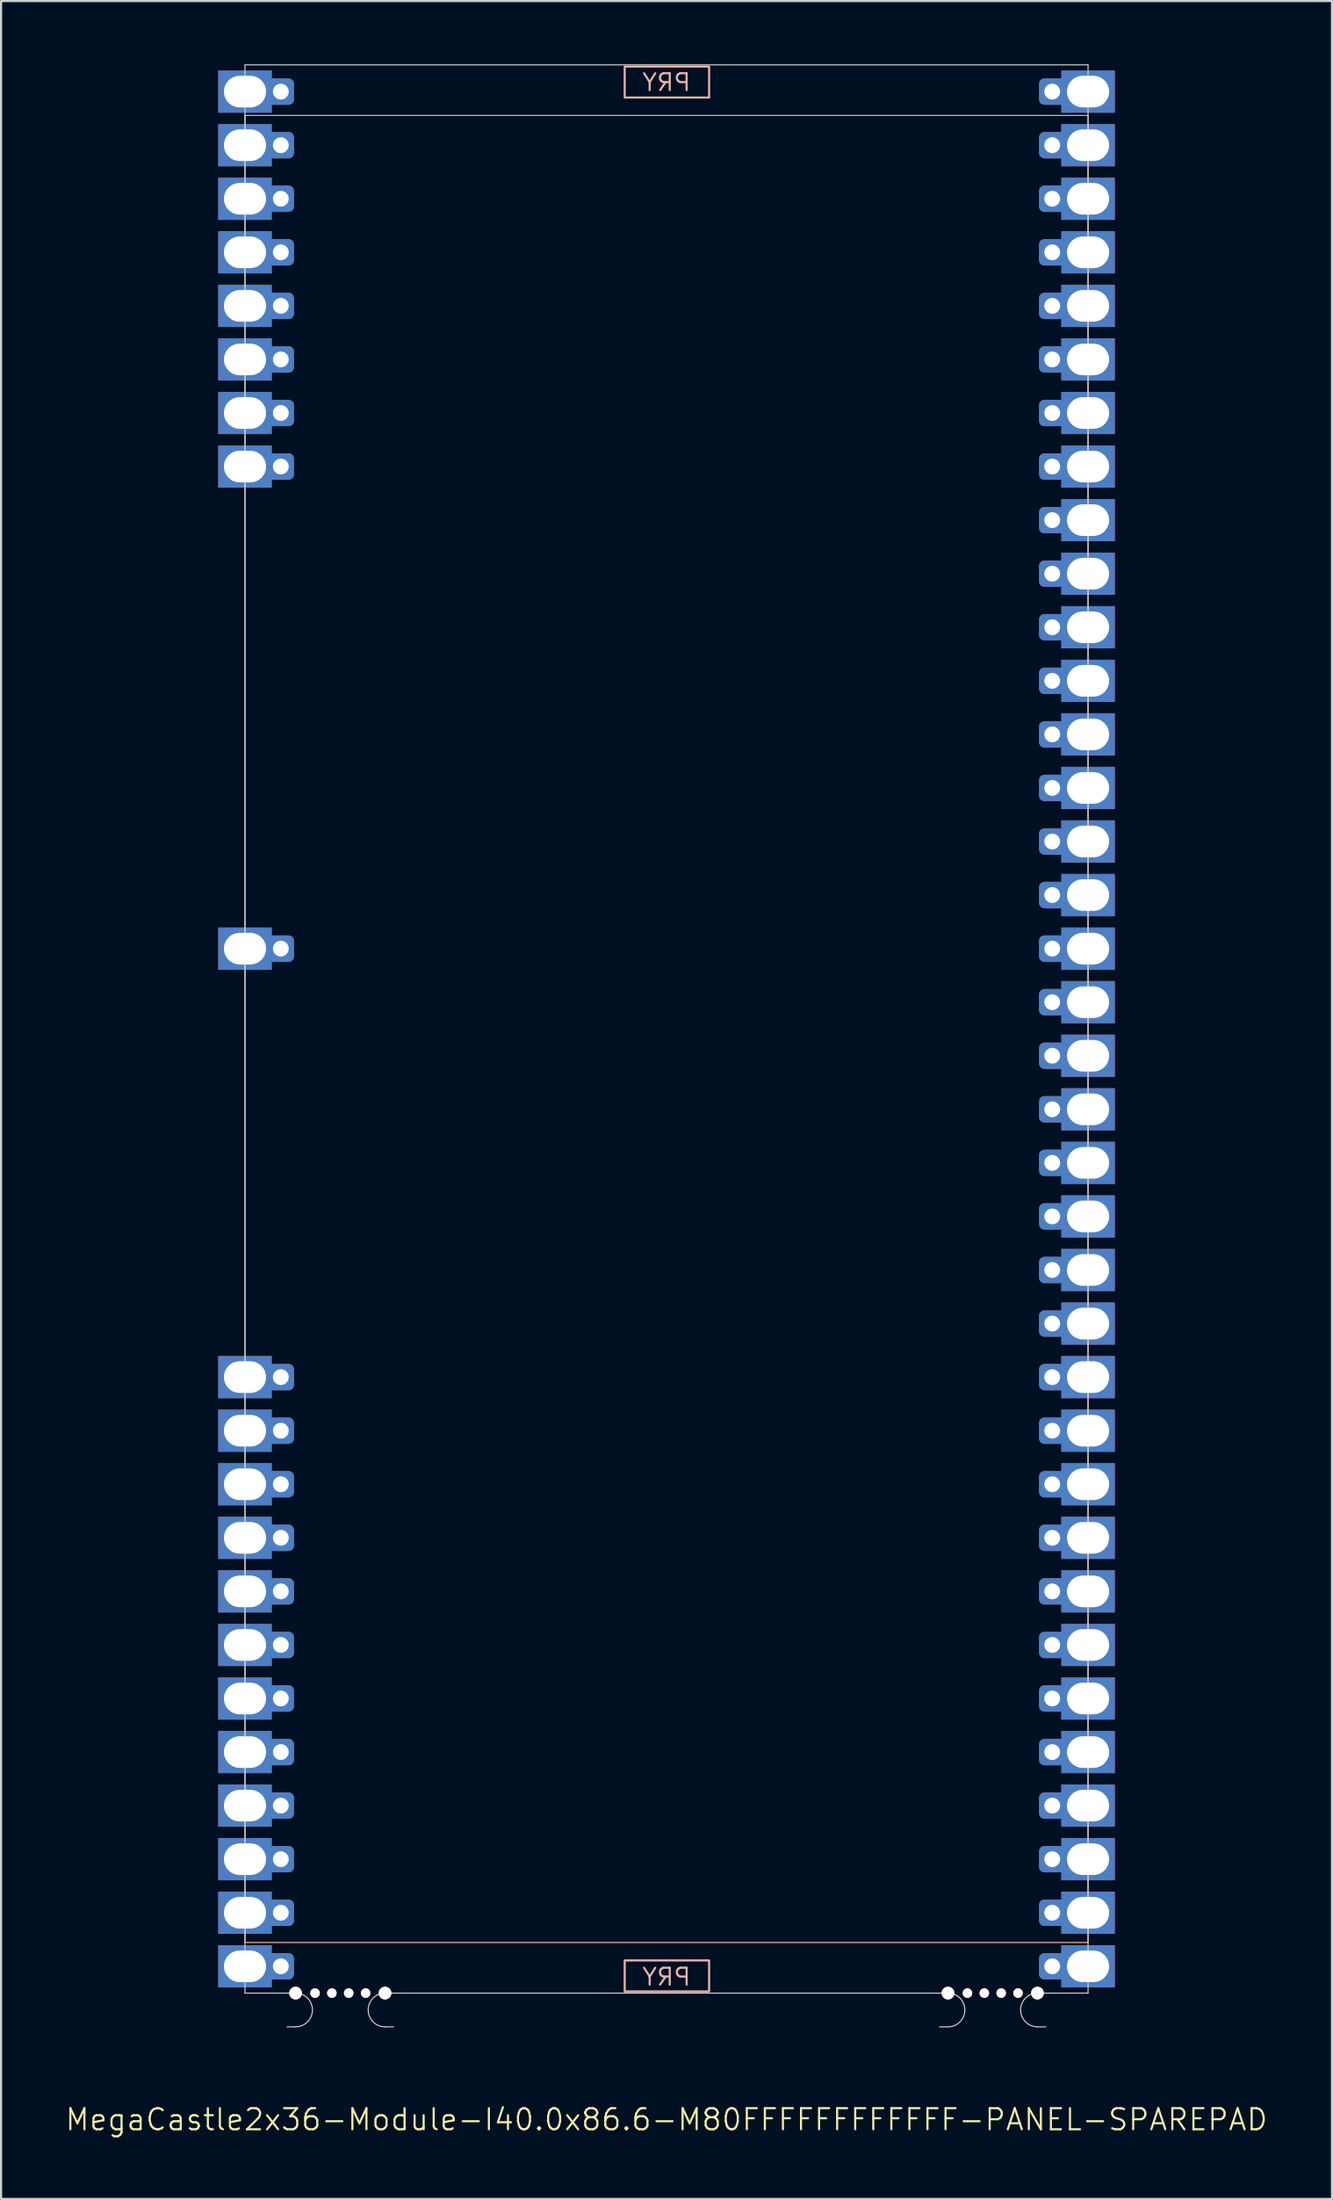
<source format=kicad_pcb>
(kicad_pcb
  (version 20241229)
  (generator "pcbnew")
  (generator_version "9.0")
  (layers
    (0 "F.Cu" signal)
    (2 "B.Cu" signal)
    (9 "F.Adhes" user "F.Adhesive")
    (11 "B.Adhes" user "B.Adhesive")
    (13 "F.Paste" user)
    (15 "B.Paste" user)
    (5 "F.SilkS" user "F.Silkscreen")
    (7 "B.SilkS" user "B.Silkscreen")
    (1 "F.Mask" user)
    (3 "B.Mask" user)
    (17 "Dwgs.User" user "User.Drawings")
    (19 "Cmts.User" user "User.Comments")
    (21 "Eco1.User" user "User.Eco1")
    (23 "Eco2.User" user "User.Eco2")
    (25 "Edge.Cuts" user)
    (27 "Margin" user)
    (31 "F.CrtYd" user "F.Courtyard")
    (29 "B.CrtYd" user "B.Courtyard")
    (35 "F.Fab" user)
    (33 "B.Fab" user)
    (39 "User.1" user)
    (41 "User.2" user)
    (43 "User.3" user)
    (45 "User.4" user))
  (footprint "MegaCastle2x36-Module-I40.0x86.6-M80FFFFFFFFFFFF-PANEL-SPAREPAD"
    (layer "F.Cu")
    (at 28.574 45.745)
    (property "Reference" "MegaCastle2x36-Module-I40.0x86.6-M80FFFFFFFFFFFF-PANEL-SPAREPAD" (at 0 51.72 0) (unlocked yes) (layer "F.SilkS") (effects (font (size 1 1) (thickness 0.1))))
    (attr smd)
    (fp_rect (start -20 43.32) (end 20 -43.32) (stroke (width 0.05) (type default)) (fill no) (layer "B.SilkS"))
    (fp_rect (start -1.984 -44.171) (end 2.02 -45.64) (stroke (width 0.1) (type default)) (fill no) (layer "B.SilkS"))
    (fp_rect (start -1.984 44.171) (end 2.02 45.64) (stroke (width 0.1) (type default)) (fill no) (layer "B.SilkS"))
    (fp_line (start -20 -45.72) (end -20 45.72) (stroke (width 0.05) (type default)) (layer "Edge.Cuts"))
    (fp_line (start -20 -45.72) (end 20 -45.72) (stroke (width 0.05) (type default)) (layer "Edge.Cuts"))
    (fp_line (start -20 45.72) (end -18 45.72) (stroke (width 0.05) (type default)) (layer "Edge.Cuts"))
    (fp_line (start -18 45.72) (end -17.6 45.72) (stroke (width 0.05) (type default)) (layer "Edge.Cuts"))
    (fp_line (start -18 47.32) (end -17.6 47.32) (stroke (width 0.05) (type default)) (layer "Edge.Cuts"))
    (fp_line (start -12.955 45.72) (end -13.355 45.72) (stroke (width 0.05) (type default)) (layer "Edge.Cuts"))
    (fp_line (start -12.955 45.72) (end 12.955 45.72) (stroke (width 0.05) (type default)) (layer "Edge.Cuts"))
    (fp_line (start -12.955 47.32) (end -13.355 47.32) (stroke (width 0.05) (type default)) (layer "Edge.Cuts"))
    (fp_line (start 12.955 45.72) (end 13.355 45.72) (stroke (width 0.05) (type default)) (layer "Edge.Cuts"))
    (fp_line (start 12.955 47.32) (end 13.355 47.32) (stroke (width 0.05) (type default)) (layer "Edge.Cuts"))
    (fp_line (start 18 45.72) (end 17.6 45.72) (stroke (width 0.05) (type default)) (layer "Edge.Cuts"))
    (fp_line (start 18 45.72) (end 20 45.72) (stroke (width 0.05) (type default)) (layer "Edge.Cuts"))
    (fp_line (start 18 47.32) (end 17.6 47.32) (stroke (width 0.05) (type default)) (layer "Edge.Cuts"))
    (fp_line (start 20 -45.72) (end 20 45.72) (stroke (width 0.05) (type default)) (layer "Edge.Cuts"))
    (fp_arc (start -17.6 45.720001) (mid -16.799999 46.52) (end -17.6 47.32) (stroke (width 0.05) (type default)) (layer "Edge.Cuts"))
    (fp_arc (start -13.355 47.32) (mid -14.154999 46.520001) (end -13.355 45.720001) (stroke (width 0.05) (type default)) (layer "Edge.Cuts"))
    (fp_arc (start 13.355001 45.720001) (mid 14.155002 46.52) (end 13.355001 47.32) (stroke (width 0.05) (type default)) (layer "Edge.Cuts"))
    (fp_arc (start 17.600002 47.32) (mid 16.8 46.52) (end 17.600002 45.720001) (stroke (width 0.05) (type default)) (layer "Edge.Cuts"))
    (fp_text user "PRY" (at 0 45.42 0) (unlocked yes) (layer "B.SilkS") (effects (font (size 0.8 0.8) (thickness 0.1)) (justify bottom mirror)))
    (fp_text user "PRY" (at 0 -44.42 0) (unlocked yes) (layer "B.SilkS") (effects (font (size 0.8 0.8) (thickness 0.1)) (justify bottom mirror)))
    (pad "" np_thru_hole circle (at -17.6 45.72) (size 0.6 0.6) (drill 0.6) (layers "*.Cu" "Edge.Cuts"))
    (pad "" np_thru_hole circle (at -16.677 45.72) (size 0.45 0.45) (drill 0.45) (layers "*.Cu" "Edge.Cuts"))
    (pad "" np_thru_hole circle (at -15.878 45.72) (size 0.45 0.45) (drill 0.45) (layers "*.Cu" "Edge.Cuts"))
    (pad "" np_thru_hole circle (at -15.078 45.72) (size 0.45 0.45) (drill 0.45) (layers "*.Cu" "Edge.Cuts"))
    (pad "" np_thru_hole circle (at -14.277 45.72) (size 0.45 0.45) (drill 0.45) (layers "*.Cu" "Edge.Cuts"))
    (pad "" np_thru_hole circle (at -13.355 45.72) (size 0.6 0.6) (drill 0.6) (layers "*.Cu" "Edge.Cuts"))
    (pad "" np_thru_hole circle (at 13.355 45.72) (size 0.6 0.6) (drill 0.6) (layers "*.Cu" "Edge.Cuts"))
    (pad "" np_thru_hole circle (at 14.278 45.72) (size 0.45 0.45) (drill 0.45) (layers "*.Cu" "Edge.Cuts"))
    (pad "" np_thru_hole circle (at 15.078 45.72) (size 0.45 0.45) (drill 0.45) (layers "*.Cu" "Edge.Cuts"))
    (pad "" np_thru_hole circle (at 15.878 45.72) (size 0.45 0.45) (drill 0.45) (layers "*.Cu" "Edge.Cuts"))
    (pad "" np_thru_hole circle (at 16.678 45.72) (size 0.45 0.45) (drill 0.45) (layers "*.Cu" "Edge.Cuts"))
    (pad "" np_thru_hole circle (at 17.6 45.72) (size 0.6 0.6) (drill 0.6) (layers "*.Cu" "Edge.Cuts"))
    (pad "1" thru_hole rect (at -20 -44.45) (size 2.54 2) (drill oval 2 1.5) (property pad_prop_castellated) (layers "*.Cu" "*.Mask"))
    (pad "1" thru_hole roundrect (at -18.3 -44.45 180) (size 1.25 1.25) (drill 0.75) (layers "*.Cu" "*.Mask") (roundrect_rratio 0.2))
    (pad "2" thru_hole rect (at -20 -41.91) (size 2.54 2) (drill oval 2 1.5) (property pad_prop_castellated) (layers "*.Cu" "*.Mask"))
    (pad "2" thru_hole roundrect (at -18.3 -41.91 180) (size 1.25 1.25) (drill 0.75) (layers "*.Cu" "*.Mask") (roundrect_rratio 0.2))
    (pad "3" thru_hole rect (at -20 -39.37) (size 2.54 2) (drill oval 2 1.5) (property pad_prop_castellated) (layers "*.Cu" "*.Mask"))
    (pad "3" thru_hole roundrect (at -18.3 -39.37 180) (size 1.25 1.25) (drill 0.75) (layers "*.Cu" "*.Mask") (roundrect_rratio 0.2))
    (pad "4" thru_hole rect (at -20 -36.83) (size 2.54 2) (drill oval 2 1.5) (property pad_prop_castellated) (layers "*.Cu" "*.Mask"))
    (pad "4" thru_hole roundrect (at -18.3 -36.83 180) (size 1.25 1.25) (drill 0.75) (layers "*.Cu" "*.Mask") (roundrect_rratio 0.2))
    (pad "5" thru_hole rect (at -20 -34.29) (size 2.54 2) (drill oval 2 1.5) (property pad_prop_castellated) (layers "*.Cu" "*.Mask"))
    (pad "5" thru_hole roundrect (at -18.3 -34.29 180) (size 1.25 1.25) (drill 0.75) (layers "*.Cu" "*.Mask") (roundrect_rratio 0.2))
    (pad "6" thru_hole rect (at -20 -31.75) (size 2.54 2) (drill oval 2 1.5) (property pad_prop_castellated) (layers "*.Cu" "*.Mask"))
    (pad "6" thru_hole roundrect (at -18.3 -31.75 180) (size 1.25 1.25) (drill 0.75) (layers "*.Cu" "*.Mask") (roundrect_rratio 0.2))
    (pad "7" thru_hole rect (at -20 -29.21) (size 2.54 2) (drill oval 2 1.5) (property pad_prop_castellated) (layers "*.Cu" "*.Mask"))
    (pad "7" thru_hole roundrect (at -18.3 -29.21 180) (size 1.25 1.25) (drill 0.75) (layers "*.Cu" "*.Mask") (roundrect_rratio 0.2))
    (pad "8" thru_hole rect (at -20 -26.67) (size 2.54 2) (drill oval 2 1.5) (property pad_prop_castellated) (layers "*.Cu" "*.Mask"))
    (pad "8" thru_hole roundrect (at -18.3 -26.67 180) (size 1.25 1.25) (drill 0.75) (layers "*.Cu" "*.Mask") (roundrect_rratio 0.2))
    (pad "17" thru_hole rect (at -20 -3.81) (size 2.54 2) (drill oval 2 1.5) (property pad_prop_castellated) (layers "*.Cu" "*.Mask"))
    (pad "17" thru_hole roundrect (at -18.3 -3.81 180) (size 1.25 1.25) (drill 0.75) (layers "*.Cu" "*.Mask") (roundrect_rratio 0.2))
    (pad "25" thru_hole rect (at -20 16.51) (size 2.54 2) (drill oval 2 1.5) (property pad_prop_castellated) (layers "*.Cu" "*.Mask"))
    (pad "25" thru_hole roundrect (at -18.3 16.51 180) (size 1.25 1.25) (drill 0.75) (layers "*.Cu" "*.Mask") (roundrect_rratio 0.2))
    (pad "26" thru_hole rect (at -20 19.05) (size 2.54 2) (drill oval 2 1.5) (property pad_prop_castellated) (layers "*.Cu" "*.Mask"))
    (pad "26" thru_hole roundrect (at -18.3 19.05 180) (size 1.25 1.25) (drill 0.75) (layers "*.Cu" "*.Mask") (roundrect_rratio 0.2))
    (pad "27" thru_hole rect (at -20 21.59) (size 2.54 2) (drill oval 2 1.5) (property pad_prop_castellated) (layers "*.Cu" "*.Mask"))
    (pad "27" thru_hole roundrect (at -18.3 21.59 180) (size 1.25 1.25) (drill 0.75) (layers "*.Cu" "*.Mask") (roundrect_rratio 0.2))
    (pad "28" thru_hole rect (at -20 24.13) (size 2.54 2) (drill oval 2 1.5) (property pad_prop_castellated) (layers "*.Cu" "*.Mask"))
    (pad "28" thru_hole roundrect (at -18.3 24.13 180) (size 1.25 1.25) (drill 0.75) (layers "*.Cu" "*.Mask") (roundrect_rratio 0.2))
    (pad "29" thru_hole rect (at -20 26.67) (size 2.54 2) (drill oval 2 1.5) (property pad_prop_castellated) (layers "*.Cu" "*.Mask"))
    (pad "29" thru_hole roundrect (at -18.3 26.67 180) (size 1.25 1.25) (drill 0.75) (layers "*.Cu" "*.Mask") (roundrect_rratio 0.2))
    (pad "30" thru_hole rect (at -20 29.21) (size 2.54 2) (drill oval 2 1.5) (property pad_prop_castellated) (layers "*.Cu" "*.Mask"))
    (pad "30" thru_hole roundrect (at -18.3 29.21 180) (size 1.25 1.25) (drill 0.75) (layers "*.Cu" "*.Mask") (roundrect_rratio 0.2))
    (pad "31" thru_hole rect (at -20 31.75) (size 2.54 2) (drill oval 2 1.5) (property pad_prop_castellated) (layers "*.Cu" "*.Mask"))
    (pad "31" thru_hole roundrect (at -18.3 31.75 180) (size 1.25 1.25) (drill 0.75) (layers "*.Cu" "*.Mask") (roundrect_rratio 0.2))
    (pad "32" thru_hole rect (at -20 34.29) (size 2.54 2) (drill oval 2 1.5) (property pad_prop_castellated) (layers "*.Cu" "*.Mask"))
    (pad "32" thru_hole roundrect (at -18.3 34.29 180) (size 1.25 1.25) (drill 0.75) (layers "*.Cu" "*.Mask") (roundrect_rratio 0.2))
    (pad "33" thru_hole rect (at -20 36.83) (size 2.54 2) (drill oval 2 1.5) (property pad_prop_castellated) (layers "*.Cu" "*.Mask"))
    (pad "33" thru_hole roundrect (at -18.3 36.83 180) (size 1.25 1.25) (drill 0.75) (layers "*.Cu" "*.Mask") (roundrect_rratio 0.2))
    (pad "34" thru_hole rect (at -20 39.37) (size 2.54 2) (drill oval 2 1.5) (property pad_prop_castellated) (layers "*.Cu" "*.Mask"))
    (pad "34" thru_hole roundrect (at -18.3 39.37 180) (size 1.25 1.25) (drill 0.75) (layers "*.Cu" "*.Mask") (roundrect_rratio 0.2))
    (pad "35" thru_hole rect (at -20 41.91) (size 2.54 2) (drill oval 2 1.5) (property pad_prop_castellated) (layers "*.Cu" "*.Mask"))
    (pad "35" thru_hole roundrect (at -18.3 41.91 180) (size 1.25 1.25) (drill 0.75) (layers "*.Cu" "*.Mask") (roundrect_rratio 0.2))
    (pad "36" thru_hole rect (at -20 44.45) (size 2.54 2) (drill oval 2 1.5) (property pad_prop_castellated) (layers "*.Cu" "*.Mask"))
    (pad "36" thru_hole roundrect (at -18.3 44.45 180) (size 1.25 1.25) (drill 0.75) (layers "*.Cu" "*.Mask") (roundrect_rratio 0.2))
    (pad "37" thru_hole roundrect (at 18.3 -44.45 180) (size 1.25 1.25) (drill 0.75) (layers "*.Cu" "*.Mask") (roundrect_rratio 0.2))
    (pad "37" thru_hole rect (at 20 -44.45) (size 2.54 2) (drill oval 2 1.5) (property pad_prop_castellated) (layers "*.Cu" "*.Mask"))
    (pad "38" thru_hole roundrect (at 18.3 -41.91 180) (size 1.25 1.25) (drill 0.75) (layers "*.Cu" "*.Mask") (roundrect_rratio 0.2))
    (pad "38" thru_hole rect (at 20 -41.91) (size 2.54 2) (drill oval 2 1.5) (property pad_prop_castellated) (layers "*.Cu" "*.Mask"))
    (pad "39" thru_hole roundrect (at 18.3 -39.37 180) (size 1.25 1.25) (drill 0.75) (layers "*.Cu" "*.Mask") (roundrect_rratio 0.2))
    (pad "39" thru_hole rect (at 20 -39.37) (size 2.54 2) (drill oval 2 1.5) (property pad_prop_castellated) (layers "*.Cu" "*.Mask"))
    (pad "40" thru_hole roundrect (at 18.3 -36.83 180) (size 1.25 1.25) (drill 0.75) (layers "*.Cu" "*.Mask") (roundrect_rratio 0.2))
    (pad "40" thru_hole rect (at 20 -36.83) (size 2.54 2) (drill oval 2 1.5) (property pad_prop_castellated) (layers "*.Cu" "*.Mask"))
    (pad "41" thru_hole roundrect (at 18.3 -34.29 180) (size 1.25 1.25) (drill 0.75) (layers "*.Cu" "*.Mask") (roundrect_rratio 0.2))
    (pad "41" thru_hole rect (at 20 -34.29) (size 2.54 2) (drill oval 2 1.5) (property pad_prop_castellated) (layers "*.Cu" "*.Mask"))
    (pad "42" thru_hole roundrect (at 18.3 -31.75 180) (size 1.25 1.25) (drill 0.75) (layers "*.Cu" "*.Mask") (roundrect_rratio 0.2))
    (pad "42" thru_hole rect (at 20 -31.75) (size 2.54 2) (drill oval 2 1.5) (property pad_prop_castellated) (layers "*.Cu" "*.Mask"))
    (pad "43" thru_hole roundrect (at 18.3 -29.21 180) (size 1.25 1.25) (drill 0.75) (layers "*.Cu" "*.Mask") (roundrect_rratio 0.2))
    (pad "43" thru_hole rect (at 20 -29.21) (size 2.54 2) (drill oval 2 1.5) (property pad_prop_castellated) (layers "*.Cu" "*.Mask"))
    (pad "44" thru_hole roundrect (at 18.3 -26.67 180) (size 1.25 1.25) (drill 0.75) (layers "*.Cu" "*.Mask") (roundrect_rratio 0.2))
    (pad "44" thru_hole rect (at 20 -26.67) (size 2.54 2) (drill oval 2 1.5) (property pad_prop_castellated) (layers "*.Cu" "*.Mask"))
    (pad "45" thru_hole roundrect (at 18.3 -24.13 180) (size 1.25 1.25) (drill 0.75) (layers "*.Cu" "*.Mask") (roundrect_rratio 0.2))
    (pad "45" thru_hole rect (at 20 -24.13) (size 2.54 2) (drill oval 2 1.5) (property pad_prop_castellated) (layers "*.Cu" "*.Mask"))
    (pad "46" thru_hole roundrect (at 18.3 -21.59 180) (size 1.25 1.25) (drill 0.75) (layers "*.Cu" "*.Mask") (roundrect_rratio 0.2))
    (pad "46" thru_hole rect (at 20 -21.59) (size 2.54 2) (drill oval 2 1.5) (property pad_prop_castellated) (layers "*.Cu" "*.Mask"))
    (pad "47" thru_hole roundrect (at 18.3 -19.05 180) (size 1.25 1.25) (drill 0.75) (layers "*.Cu" "*.Mask") (roundrect_rratio 0.2))
    (pad "47" thru_hole rect (at 20 -19.05) (size 2.54 2) (drill oval 2 1.5) (property pad_prop_castellated) (layers "*.Cu" "*.Mask"))
    (pad "48" thru_hole roundrect (at 18.3 -16.51 180) (size 1.25 1.25) (drill 0.75) (layers "*.Cu" "*.Mask") (roundrect_rratio 0.2))
    (pad "48" thru_hole rect (at 20 -16.51) (size 2.54 2) (drill oval 2 1.5) (property pad_prop_castellated) (layers "*.Cu" "*.Mask"))
    (pad "49" thru_hole roundrect (at 18.3 -13.97 180) (size 1.25 1.25) (drill 0.75) (layers "*.Cu" "*.Mask") (roundrect_rratio 0.2))
    (pad "49" thru_hole rect (at 20 -13.97) (size 2.54 2) (drill oval 2 1.5) (property pad_prop_castellated) (layers "*.Cu" "*.Mask"))
    (pad "50" thru_hole roundrect (at 18.3 -11.43 180) (size 1.25 1.25) (drill 0.75) (layers "*.Cu" "*.Mask") (roundrect_rratio 0.2))
    (pad "50" thru_hole rect (at 20 -11.43) (size 2.54 2) (drill oval 2 1.5) (property pad_prop_castellated) (layers "*.Cu" "*.Mask"))
    (pad "51" thru_hole roundrect (at 18.3 -8.89 180) (size 1.25 1.25) (drill 0.75) (layers "*.Cu" "*.Mask") (roundrect_rratio 0.2))
    (pad "51" thru_hole rect (at 20 -8.89) (size 2.54 2) (drill oval 2 1.5) (property pad_prop_castellated) (layers "*.Cu" "*.Mask"))
    (pad "52" thru_hole roundrect (at 18.3 -6.35 180) (size 1.25 1.25) (drill 0.75) (layers "*.Cu" "*.Mask") (roundrect_rratio 0.2))
    (pad "52" thru_hole rect (at 20 -6.35) (size 2.54 2) (drill oval 2 1.5) (property pad_prop_castellated) (layers "*.Cu" "*.Mask"))
    (pad "53" thru_hole roundrect (at 18.3 -3.81 180) (size 1.25 1.25) (drill 0.75) (layers "*.Cu" "*.Mask") (roundrect_rratio 0.2))
    (pad "53" thru_hole rect (at 20 -3.81) (size 2.54 2) (drill oval 2 1.5) (property pad_prop_castellated) (layers "*.Cu" "*.Mask"))
    (pad "54" thru_hole roundrect (at 18.3 -1.27 180) (size 1.25 1.25) (drill 0.75) (layers "*.Cu" "*.Mask") (roundrect_rratio 0.2))
    (pad "54" thru_hole rect (at 20 -1.27) (size 2.54 2) (drill oval 2 1.5) (property pad_prop_castellated) (layers "*.Cu" "*.Mask"))
    (pad "55" thru_hole roundrect (at 18.3 1.27 180) (size 1.25 1.25) (drill 0.75) (layers "*.Cu" "*.Mask") (roundrect_rratio 0.2))
    (pad "55" thru_hole rect (at 20 1.27) (size 2.54 2) (drill oval 2 1.5) (property pad_prop_castellated) (layers "*.Cu" "*.Mask"))
    (pad "56" thru_hole roundrect (at 18.3 3.81 180) (size 1.25 1.25) (drill 0.75) (layers "*.Cu" "*.Mask") (roundrect_rratio 0.2))
    (pad "56" thru_hole rect (at 20 3.81) (size 2.54 2) (drill oval 2 1.5) (property pad_prop_castellated) (layers "*.Cu" "*.Mask"))
    (pad "57" thru_hole roundrect (at 18.3 6.35 180) (size 1.25 1.25) (drill 0.75) (layers "*.Cu" "*.Mask") (roundrect_rratio 0.2))
    (pad "57" thru_hole rect (at 20 6.35) (size 2.54 2) (drill oval 2 1.5) (property pad_prop_castellated) (layers "*.Cu" "*.Mask"))
    (pad "58" thru_hole roundrect (at 18.3 8.89 180) (size 1.25 1.25) (drill 0.75) (layers "*.Cu" "*.Mask") (roundrect_rratio 0.2))
    (pad "58" thru_hole rect (at 20 8.89) (size 2.54 2) (drill oval 2 1.5) (property pad_prop_castellated) (layers "*.Cu" "*.Mask"))
    (pad "59" thru_hole roundrect (at 18.3 11.43 180) (size 1.25 1.25) (drill 0.75) (layers "*.Cu" "*.Mask") (roundrect_rratio 0.2))
    (pad "59" thru_hole rect (at 20 11.43) (size 2.54 2) (drill oval 2 1.5) (property pad_prop_castellated) (layers "*.Cu" "*.Mask"))
    (pad "60" thru_hole roundrect (at 18.3 13.97 180) (size 1.25 1.25) (drill 0.75) (layers "*.Cu" "*.Mask") (roundrect_rratio 0.2))
    (pad "60" thru_hole rect (at 20 13.97) (size 2.54 2) (drill oval 2 1.5) (property pad_prop_castellated) (layers "*.Cu" "*.Mask"))
    (pad "61" thru_hole roundrect (at 18.3 16.51 180) (size 1.25 1.25) (drill 0.75) (layers "*.Cu" "*.Mask") (roundrect_rratio 0.2))
    (pad "61" thru_hole rect (at 20 16.51) (size 2.54 2) (drill oval 2 1.5) (property pad_prop_castellated) (layers "*.Cu" "*.Mask"))
    (pad "62" thru_hole roundrect (at 18.3 19.05 180) (size 1.25 1.25) (drill 0.75) (layers "*.Cu" "*.Mask") (roundrect_rratio 0.2))
    (pad "62" thru_hole rect (at 20 19.05) (size 2.54 2) (drill oval 2 1.5) (property pad_prop_castellated) (layers "*.Cu" "*.Mask"))
    (pad "63" thru_hole roundrect (at 18.3 21.59 180) (size 1.25 1.25) (drill 0.75) (layers "*.Cu" "*.Mask") (roundrect_rratio 0.2))
    (pad "63" thru_hole rect (at 20 21.59) (size 2.54 2) (drill oval 2 1.5) (property pad_prop_castellated) (layers "*.Cu" "*.Mask"))
    (pad "64" thru_hole roundrect (at 18.3 24.13 180) (size 1.25 1.25) (drill 0.75) (layers "*.Cu" "*.Mask") (roundrect_rratio 0.2))
    (pad "64" thru_hole rect (at 20 24.13) (size 2.54 2) (drill oval 2 1.5) (property pad_prop_castellated) (layers "*.Cu" "*.Mask"))
    (pad "65" thru_hole roundrect (at 18.3 26.67 180) (size 1.25 1.25) (drill 0.75) (layers "*.Cu" "*.Mask") (roundrect_rratio 0.2))
    (pad "65" thru_hole rect (at 20 26.67) (size 2.54 2) (drill oval 2 1.5) (property pad_prop_castellated) (layers "*.Cu" "*.Mask"))
    (pad "66" thru_hole roundrect (at 18.3 29.21 180) (size 1.25 1.25) (drill 0.75) (layers "*.Cu" "*.Mask") (roundrect_rratio 0.2))
    (pad "66" thru_hole rect (at 20 29.21) (size 2.54 2) (drill oval 2 1.5) (property pad_prop_castellated) (layers "*.Cu" "*.Mask"))
    (pad "67" thru_hole roundrect (at 18.3 31.75 180) (size 1.25 1.25) (drill 0.75) (layers "*.Cu" "*.Mask") (roundrect_rratio 0.2))
    (pad "67" thru_hole rect (at 20 31.75) (size 2.54 2) (drill oval 2 1.5) (property pad_prop_castellated) (layers "*.Cu" "*.Mask"))
    (pad "68" thru_hole roundrect (at 18.3 34.29 180) (size 1.25 1.25) (drill 0.75) (layers "*.Cu" "*.Mask") (roundrect_rratio 0.2))
    (pad "68" thru_hole rect (at 20 34.29) (size 2.54 2) (drill oval 2 1.5) (property pad_prop_castellated) (layers "*.Cu" "*.Mask"))
    (pad "69" thru_hole roundrect (at 18.3 36.83 180) (size 1.25 1.25) (drill 0.75) (layers "*.Cu" "*.Mask") (roundrect_rratio 0.2))
    (pad "69" thru_hole rect (at 20 36.83) (size 2.54 2) (drill oval 2 1.5) (property pad_prop_castellated) (layers "*.Cu" "*.Mask"))
    (pad "70" thru_hole roundrect (at 18.3 39.37 180) (size 1.25 1.25) (drill 0.75) (layers "*.Cu" "*.Mask") (roundrect_rratio 0.2))
    (pad "70" thru_hole rect (at 20 39.37) (size 2.54 2) (drill oval 2 1.5) (property pad_prop_castellated) (layers "*.Cu" "*.Mask"))
    (pad "71" thru_hole roundrect (at 18.3 41.91 180) (size 1.25 1.25) (drill 0.75) (layers "*.Cu" "*.Mask") (roundrect_rratio 0.2))
    (pad "71" thru_hole rect (at 20 41.91) (size 2.54 2) (drill oval 2 1.5) (property pad_prop_castellated) (layers "*.Cu" "*.Mask"))
    (pad "72" thru_hole roundrect (at 18.3 44.45 180) (size 1.25 1.25) (drill 0.75) (layers "*.Cu" "*.Mask") (roundrect_rratio 0.2))
    (pad "72" thru_hole rect (at 20 44.45) (size 2.54 2) (drill oval 2 1.5) (property pad_prop_castellated) (layers "*.Cu" "*.Mask"))
    (zone (net_name "") (layer "B.Cu") (hatch edge 0.5) (connect_pads) (min_thickness 0.25) (filled_areas_thickness no) (keepout (tracks allowed) (vias allowed) (pads allowed) (copperpour allowed) (footprints not_allowed)) (placement (enabled no)) (fill) (polygon (pts (xy 8.574 91.465) (xy 8.574 0.025))))
    (zone (net_name "") (layer "B.Cu") (hatch edge 0.5) (connect_pads) (min_thickness 0.25) (filled_areas_thickness no) (keepout (tracks allowed) (vias allowed) (pads allowed) (copperpour allowed) (footprints not_allowed)) (placement (enabled no)) (fill) (polygon (pts (xy 48.574 91.465) (xy 48.574 0.025))))
    (zone (net_name "") (layer "B.Cu") (hatch edge 0.5) (connect_pads) (min_thickness 0.25) (filled_areas_thickness no) (keepout (tracks allowed) (vias allowed) (pads allowed) (copperpour allowed) (footprints not_allowed)) (placement (enabled no)) (fill) (polygon (pts (xy 8.574 0.025) (xy 8.574 2.425) (xy 48.574 2.425) (xy 48.574 0.025))))
    (zone (net_name "") (layer "B.Cu") (hatch edge 0.5) (connect_pads) (min_thickness 0.25) (filled_areas_thickness no) (keepout (tracks allowed) (vias allowed) (pads allowed) (copperpour allowed) (footprints not_allowed)) (placement (enabled no)) (fill) (polygon (pts (xy 8.574 91.465) (xy 8.574 89.065) (xy 48.574 89.065) (xy 48.574 91.465))))
    (zone (net_name "") (layer "B.Cu") (name "Upper Pry Zone") (hatch edge 0.5) (connect_pads) (min_thickness 0.25) (filled_areas_thickness no) (keepout (tracks not_allowed) (vias not_allowed) (pads not_allowed) (copperpour allowed) (footprints not_allowed)) (placement (enabled no)) (fill) (polygon (pts (xy 26.59 1.574) (xy 26.59 0.105) (xy 30.593 0.105) (xy 30.593 1.574))))
    (zone (net_name "") (layer "B.Cu") (name "Upper Pry Zone") (hatch edge 0.5) (connect_pads) (min_thickness 0.25) (filled_areas_thickness no) (keepout (tracks not_allowed) (vias not_allowed) (pads not_allowed) (copperpour allowed) (footprints not_allowed)) (placement (enabled no)) (fill) (polygon (pts (xy 26.59 89.916) (xy 26.59 91.385) (xy 30.593 91.385) (xy 30.593 89.916)))))
  (gr_rect
    (start -3 -3)
    (end 60.148 101.226)
    (stroke (width 0.1) (type default))
    (fill no)
    (layer "Edge.Cuts")))
</source>
